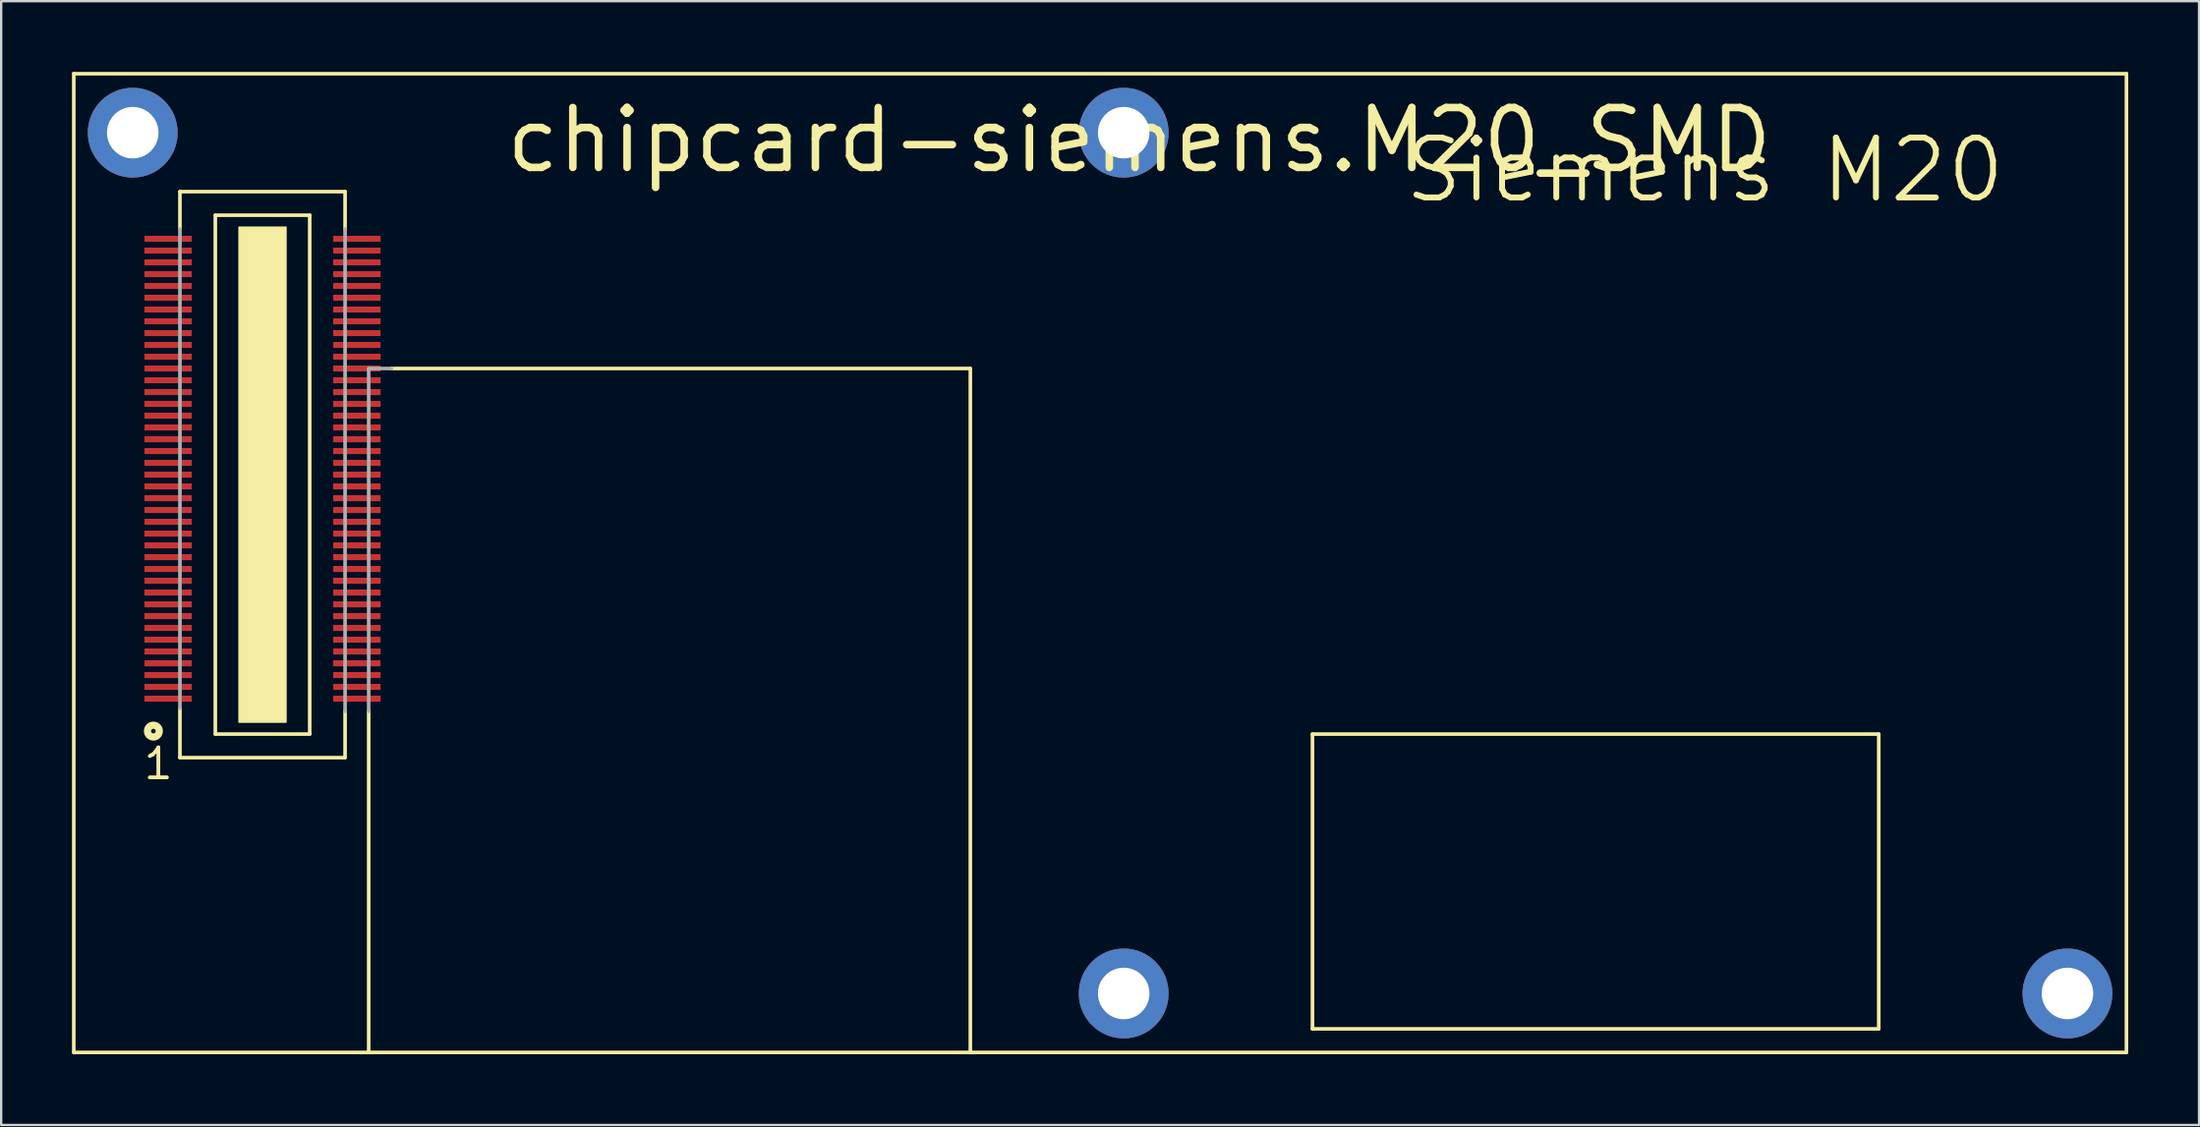
<source format=kicad_pcb>
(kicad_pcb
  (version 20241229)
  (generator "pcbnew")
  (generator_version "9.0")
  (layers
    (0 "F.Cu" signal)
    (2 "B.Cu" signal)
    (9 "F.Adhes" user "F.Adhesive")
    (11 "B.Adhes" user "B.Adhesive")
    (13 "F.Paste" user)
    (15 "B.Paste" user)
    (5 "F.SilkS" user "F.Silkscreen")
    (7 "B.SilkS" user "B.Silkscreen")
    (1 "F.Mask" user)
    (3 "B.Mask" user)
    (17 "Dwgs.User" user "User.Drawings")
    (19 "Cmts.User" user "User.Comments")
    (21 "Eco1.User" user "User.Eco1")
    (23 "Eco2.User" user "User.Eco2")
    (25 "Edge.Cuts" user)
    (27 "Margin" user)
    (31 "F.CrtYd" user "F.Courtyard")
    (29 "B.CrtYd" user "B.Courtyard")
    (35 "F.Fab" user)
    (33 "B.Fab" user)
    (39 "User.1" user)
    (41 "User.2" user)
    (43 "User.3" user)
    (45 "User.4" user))
  (footprint "chipcard-siemens.M20_SMD"
    (layer "F.Cu")
    (at 8.076 17.076)
    (property "Reference" "chipcard-siemens.M20_SMD" (at 10.16 -12.7 0) (layer "F.SilkS") (effects (font (size 2.54 2.54) (thickness 0.32)) (justify left bottom)))
    (attr smd)
    (fp_line (start -8 -17) (end -8 24.5) (stroke (width 0.152) (type default)) (layer "F.SilkS"))
    (fp_line (start -8 24.5) (end 4.5 24.5) (stroke (width 0.152) (type default)) (layer "F.SilkS"))
    (fp_line (start -3.5 -12) (end -3.5 -10.414) (stroke (width 0.152) (type default)) (layer "F.SilkS"))
    (fp_line (start -3.5 9.906) (end -3.5 12) (stroke (width 0.152) (type default)) (layer "F.SilkS"))
    (fp_line (start -3.5 12) (end 3.5 12) (stroke (width 0.152) (type default)) (layer "F.SilkS"))
    (fp_line (start -2 -11) (end 2 -11) (stroke (width 0.152) (type default)) (layer "F.SilkS"))
    (fp_line (start -2 11) (end -2 -11) (stroke (width 0.152) (type default)) (layer "F.SilkS"))
    (fp_line (start 2 -11) (end 2 11) (stroke (width 0.152) (type default)) (layer "F.SilkS"))
    (fp_line (start 2 11) (end -2 11) (stroke (width 0.152) (type default)) (layer "F.SilkS"))
    (fp_line (start 3.5 -12) (end -3.5 -12) (stroke (width 0.152) (type default)) (layer "F.SilkS"))
    (fp_line (start 3.5 -10.414) (end 3.5 -12) (stroke (width 0.152) (type default)) (layer "F.SilkS"))
    (fp_line (start 3.5 12) (end 3.5 10.033) (stroke (width 0.152) (type default)) (layer "F.SilkS"))
    (fp_line (start 4.5 24.5) (end 4.5 10.033) (stroke (width 0.152) (type default)) (layer "F.SilkS"))
    (fp_line (start 4.5 24.5) (end 30 24.5) (stroke (width 0.152) (type default)) (layer "F.SilkS"))
    (fp_line (start 5.461 -4.5) (end 30 -4.5) (stroke (width 0.152) (type default)) (layer "F.SilkS"))
    (fp_line (start 30 -4.5) (end 30 24.5) (stroke (width 0.152) (type default)) (layer "F.SilkS"))
    (fp_line (start 30 24.5) (end 79 24.5) (stroke (width 0.152) (type default)) (layer "F.SilkS"))
    (fp_line (start 44.5 11) (end 68.5 11) (stroke (width 0.152) (type default)) (layer "F.SilkS"))
    (fp_line (start 44.5 23.5) (end 44.5 11) (stroke (width 0.152) (type default)) (layer "F.SilkS"))
    (fp_line (start 68.5 11) (end 68.5 23.5) (stroke (width 0.152) (type default)) (layer "F.SilkS"))
    (fp_line (start 68.5 23.5) (end 44.5 23.5) (stroke (width 0.152) (type default)) (layer "F.SilkS"))
    (fp_line (start 79 -17) (end -8 -17) (stroke (width 0.152) (type default)) (layer "F.SilkS"))
    (fp_line (start 79 24.5) (end 79 -17) (stroke (width 0.152) (type default)) (layer "F.SilkS"))
    (fp_rect (start -1 10.5) (end 1 -10.5) (stroke (width 0.05) (type default)) (fill yes) (layer "F.SilkS"))
    (fp_circle (center -4.625 10.875) (end -4.375 10.875) (stroke (width 0.305) (type default)) (fill no) (layer "F.SilkS"))
    (fp_line (start -3.5 -10.414) (end -3.5 9.906) (stroke (width 0.152) (type default)) (layer "F.Fab"))
    (fp_line (start 3.5 10.033) (end 3.5 -10.414) (stroke (width 0.152) (type default)) (layer "F.Fab"))
    (fp_line (start 4.5 -4.5) (end 5.461 -4.5) (stroke (width 0.152) (type default)) (layer "F.Fab"))
    (fp_line (start 4.5 10.033) (end 4.5 -4.5) (stroke (width 0.152) (type default)) (layer "F.Fab"))
    (fp_text user "1" (at -5.125 13 0) (layer "F.SilkS") (effects (font (size 1.27 1.27) (thickness 0.16)) (justify left bottom)))
    (fp_text user "Siemens M20" (at 48.26 -11.43 0) (layer "F.SilkS") (effects (font (size 2.54 2.54) (thickness 0.25)) (justify left bottom)))
    (pad "1" smd roundrect (at -4 9.5) (size 2.007 0.254) (layers "F.Cu" "F.Mask" "F.Paste") (roundrect_rratio 0.01))
    (pad "2" smd roundrect (at -4 9) (size 2.007 0.254) (layers "F.Cu" "F.Mask" "F.Paste") (roundrect_rratio 0.01))
    (pad "3" smd roundrect (at -4 8.5) (size 2.007 0.254) (layers "F.Cu" "F.Mask" "F.Paste") (roundrect_rratio 0.01))
    (pad "4" smd roundrect (at -4 8) (size 2.007 0.254) (layers "F.Cu" "F.Mask" "F.Paste") (roundrect_rratio 0.01))
    (pad "5" smd roundrect (at -4 7.5) (size 2.007 0.254) (layers "F.Cu" "F.Mask" "F.Paste") (roundrect_rratio 0.01))
    (pad "6" smd roundrect (at -4 7) (size 2.007 0.254) (layers "F.Cu" "F.Mask" "F.Paste") (roundrect_rratio 0.01))
    (pad "7" smd roundrect (at -4 6.5) (size 2.007 0.254) (layers "F.Cu" "F.Mask" "F.Paste") (roundrect_rratio 0.01))
    (pad "8" smd roundrect (at -4 6) (size 2.007 0.254) (layers "F.Cu" "F.Mask" "F.Paste") (roundrect_rratio 0.01))
    (pad "9" smd roundrect (at -4 5.5) (size 2.007 0.254) (layers "F.Cu" "F.Mask" "F.Paste") (roundrect_rratio 0.01))
    (pad "10" smd roundrect (at -4 5) (size 2.007 0.254) (layers "F.Cu" "F.Mask" "F.Paste") (roundrect_rratio 0.01))
    (pad "11" smd roundrect (at -4 4.5) (size 2.007 0.254) (layers "F.Cu" "F.Mask" "F.Paste") (roundrect_rratio 0.01))
    (pad "12" smd roundrect (at -4 4) (size 2.007 0.254) (layers "F.Cu" "F.Mask" "F.Paste") (roundrect_rratio 0.01))
    (pad "13" smd roundrect (at -4 3.5) (size 2.007 0.254) (layers "F.Cu" "F.Mask" "F.Paste") (roundrect_rratio 0.01))
    (pad "14" smd roundrect (at -4 3) (size 2.007 0.254) (layers "F.Cu" "F.Mask" "F.Paste") (roundrect_rratio 0.01))
    (pad "15" smd roundrect (at -4 2.5) (size 2.007 0.254) (layers "F.Cu" "F.Mask" "F.Paste") (roundrect_rratio 0.01))
    (pad "16" smd roundrect (at -4 2) (size 2.007 0.254) (layers "F.Cu" "F.Mask" "F.Paste") (roundrect_rratio 0.01))
    (pad "17" smd roundrect (at -4 1.5) (size 2.007 0.254) (layers "F.Cu" "F.Mask" "F.Paste") (roundrect_rratio 0.01))
    (pad "18" smd roundrect (at -4 1) (size 2.007 0.254) (layers "F.Cu" "F.Mask" "F.Paste") (roundrect_rratio 0.01))
    (pad "19" smd roundrect (at -4 0.5) (size 2.007 0.254) (layers "F.Cu" "F.Mask" "F.Paste") (roundrect_rratio 0.01))
    (pad "20" smd roundrect (at -4 0) (size 2.007 0.254) (layers "F.Cu" "F.Mask" "F.Paste") (roundrect_rratio 0.01))
    (pad "21" smd roundrect (at -4 -0.5) (size 2.007 0.254) (layers "F.Cu" "F.Mask" "F.Paste") (roundrect_rratio 0.01))
    (pad "22" smd roundrect (at -4 -1) (size 2.007 0.254) (layers "F.Cu" "F.Mask" "F.Paste") (roundrect_rratio 0.01))
    (pad "23" smd roundrect (at -4 -1.5) (size 2.007 0.254) (layers "F.Cu" "F.Mask" "F.Paste") (roundrect_rratio 0.01))
    (pad "24" smd roundrect (at -4 -2) (size 2.007 0.254) (layers "F.Cu" "F.Mask" "F.Paste") (roundrect_rratio 0.01))
    (pad "25" smd roundrect (at -4 -2.5) (size 2.007 0.254) (layers "F.Cu" "F.Mask" "F.Paste") (roundrect_rratio 0.01))
    (pad "26" smd roundrect (at -4 -3) (size 2.007 0.254) (layers "F.Cu" "F.Mask" "F.Paste") (roundrect_rratio 0.01))
    (pad "27" smd roundrect (at -4 -3.5) (size 2.007 0.254) (layers "F.Cu" "F.Mask" "F.Paste") (roundrect_rratio 0.01))
    (pad "28" smd roundrect (at -4 -4) (size 2.007 0.254) (layers "F.Cu" "F.Mask" "F.Paste") (roundrect_rratio 0.01))
    (pad "29" smd roundrect (at -4 -4.5) (size 2.007 0.254) (layers "F.Cu" "F.Mask" "F.Paste") (roundrect_rratio 0.01))
    (pad "30" smd roundrect (at -4 -5) (size 2.007 0.254) (layers "F.Cu" "F.Mask" "F.Paste") (roundrect_rratio 0.01))
    (pad "31" smd roundrect (at -4 -5.5) (size 2.007 0.254) (layers "F.Cu" "F.Mask" "F.Paste") (roundrect_rratio 0.01))
    (pad "32" smd roundrect (at -4 -6) (size 2.007 0.254) (layers "F.Cu" "F.Mask" "F.Paste") (roundrect_rratio 0.01))
    (pad "33" smd roundrect (at -4 -6.5) (size 2.007 0.254) (layers "F.Cu" "F.Mask" "F.Paste") (roundrect_rratio 0.01))
    (pad "34" smd roundrect (at -4 -7) (size 2.007 0.254) (layers "F.Cu" "F.Mask" "F.Paste") (roundrect_rratio 0.01))
    (pad "35" smd roundrect (at -4 -7.5) (size 2.007 0.254) (layers "F.Cu" "F.Mask" "F.Paste") (roundrect_rratio 0.01))
    (pad "36" smd roundrect (at -4 -8) (size 2.007 0.254) (layers "F.Cu" "F.Mask" "F.Paste") (roundrect_rratio 0.01))
    (pad "37" smd roundrect (at -4 -8.5) (size 2.007 0.254) (layers "F.Cu" "F.Mask" "F.Paste") (roundrect_rratio 0.01))
    (pad "38" smd roundrect (at -4 -9) (size 2.007 0.254) (layers "F.Cu" "F.Mask" "F.Paste") (roundrect_rratio 0.01))
    (pad "39" smd roundrect (at -4 -9.5) (size 2.007 0.254) (layers "F.Cu" "F.Mask" "F.Paste") (roundrect_rratio 0.01))
    (pad "40" smd roundrect (at -4 -10) (size 2.007 0.254) (layers "F.Cu" "F.Mask" "F.Paste") (roundrect_rratio 0.01))
    (pad "41" smd roundrect (at 4 -10) (size 2.007 0.254) (layers "F.Cu" "F.Mask" "F.Paste") (roundrect_rratio 0.01))
    (pad "42" smd roundrect (at 4 -9.5) (size 2.007 0.254) (layers "F.Cu" "F.Mask" "F.Paste") (roundrect_rratio 0.01))
    (pad "43" smd roundrect (at 4 -9) (size 2.007 0.254) (layers "F.Cu" "F.Mask" "F.Paste") (roundrect_rratio 0.01))
    (pad "44" smd roundrect (at 4 -8.5) (size 2.007 0.254) (layers "F.Cu" "F.Mask" "F.Paste") (roundrect_rratio 0.01))
    (pad "45" smd roundrect (at 4 -8) (size 2.007 0.254) (layers "F.Cu" "F.Mask" "F.Paste") (roundrect_rratio 0.01))
    (pad "46" smd roundrect (at 4 -7.5) (size 2.007 0.254) (layers "F.Cu" "F.Mask" "F.Paste") (roundrect_rratio 0.01))
    (pad "47" smd roundrect (at 4 -7) (size 2.007 0.254) (layers "F.Cu" "F.Mask" "F.Paste") (roundrect_rratio 0.01))
    (pad "48" smd roundrect (at 4 -6.5) (size 2.007 0.254) (layers "F.Cu" "F.Mask" "F.Paste") (roundrect_rratio 0.01))
    (pad "49" smd roundrect (at 4 -6) (size 2.007 0.254) (layers "F.Cu" "F.Mask" "F.Paste") (roundrect_rratio 0.01))
    (pad "50" smd roundrect (at 4 -5.5) (size 2.007 0.254) (layers "F.Cu" "F.Mask" "F.Paste") (roundrect_rratio 0.01))
    (pad "51" smd roundrect (at 4 -5) (size 2.007 0.254) (layers "F.Cu" "F.Mask" "F.Paste") (roundrect_rratio 0.01))
    (pad "52" smd roundrect (at 4 -4.5) (size 2.007 0.254) (layers "F.Cu" "F.Mask" "F.Paste") (roundrect_rratio 0.01))
    (pad "53" smd roundrect (at 4 -4) (size 2.007 0.254) (layers "F.Cu" "F.Mask" "F.Paste") (roundrect_rratio 0.01))
    (pad "54" smd roundrect (at 4 -3.5) (size 2.007 0.254) (layers "F.Cu" "F.Mask" "F.Paste") (roundrect_rratio 0.01))
    (pad "55" smd roundrect (at 4 -3) (size 2.007 0.254) (layers "F.Cu" "F.Mask" "F.Paste") (roundrect_rratio 0.01))
    (pad "56" smd roundrect (at 4 -2.5) (size 2.007 0.254) (layers "F.Cu" "F.Mask" "F.Paste") (roundrect_rratio 0.01))
    (pad "57" smd roundrect (at 4 -2) (size 2.007 0.254) (layers "F.Cu" "F.Mask" "F.Paste") (roundrect_rratio 0.01))
    (pad "58" smd roundrect (at 4 -1.5) (size 2.007 0.254) (layers "F.Cu" "F.Mask" "F.Paste") (roundrect_rratio 0.01))
    (pad "59" smd roundrect (at 4 -1) (size 2.007 0.254) (layers "F.Cu" "F.Mask" "F.Paste") (roundrect_rratio 0.01))
    (pad "60" smd roundrect (at 4 -0.5) (size 2.007 0.254) (layers "F.Cu" "F.Mask" "F.Paste") (roundrect_rratio 0.01))
    (pad "61" smd roundrect (at 4 0) (size 2.007 0.254) (layers "F.Cu" "F.Mask" "F.Paste") (roundrect_rratio 0.01))
    (pad "62" smd roundrect (at 4 0.5) (size 2.007 0.254) (layers "F.Cu" "F.Mask" "F.Paste") (roundrect_rratio 0.01))
    (pad "63" smd roundrect (at 4 1) (size 2.007 0.254) (layers "F.Cu" "F.Mask" "F.Paste") (roundrect_rratio 0.01))
    (pad "64" smd roundrect (at 4 1.5) (size 2.007 0.254) (layers "F.Cu" "F.Mask" "F.Paste") (roundrect_rratio 0.01))
    (pad "65" smd roundrect (at 4 2) (size 2.007 0.254) (layers "F.Cu" "F.Mask" "F.Paste") (roundrect_rratio 0.01))
    (pad "66" smd roundrect (at 4 2.5) (size 2.007 0.254) (layers "F.Cu" "F.Mask" "F.Paste") (roundrect_rratio 0.01))
    (pad "67" smd roundrect (at 4 3) (size 2.007 0.254) (layers "F.Cu" "F.Mask" "F.Paste") (roundrect_rratio 0.01))
    (pad "68" smd roundrect (at 4 3.5) (size 2.007 0.254) (layers "F.Cu" "F.Mask" "F.Paste") (roundrect_rratio 0.01))
    (pad "69" smd roundrect (at 4 4) (size 2.007 0.254) (layers "F.Cu" "F.Mask" "F.Paste") (roundrect_rratio 0.01))
    (pad "70" smd roundrect (at 4 4.5) (size 2.007 0.254) (layers "F.Cu" "F.Mask" "F.Paste") (roundrect_rratio 0.01))
    (pad "71" smd roundrect (at 4 5) (size 2.007 0.254) (layers "F.Cu" "F.Mask" "F.Paste") (roundrect_rratio 0.01))
    (pad "72" smd roundrect (at 4 5.5) (size 2.007 0.254) (layers "F.Cu" "F.Mask" "F.Paste") (roundrect_rratio 0.01))
    (pad "73" smd roundrect (at 4 6) (size 2.007 0.254) (layers "F.Cu" "F.Mask" "F.Paste") (roundrect_rratio 0.01))
    (pad "74" smd roundrect (at 4 6.5) (size 2.007 0.254) (layers "F.Cu" "F.Mask" "F.Paste") (roundrect_rratio 0.01))
    (pad "75" smd roundrect (at 4 7) (size 2.007 0.254) (layers "F.Cu" "F.Mask" "F.Paste") (roundrect_rratio 0.01))
    (pad "76" smd roundrect (at 4 7.5) (size 2.007 0.254) (layers "F.Cu" "F.Mask" "F.Paste") (roundrect_rratio 0.01))
    (pad "77" smd roundrect (at 4 8) (size 2.007 0.254) (layers "F.Cu" "F.Mask" "F.Paste") (roundrect_rratio 0.01))
    (pad "78" smd roundrect (at 4 8.5) (size 2.007 0.254) (layers "F.Cu" "F.Mask" "F.Paste") (roundrect_rratio 0.01))
    (pad "79" smd roundrect (at 4 9) (size 2.007 0.254) (layers "F.Cu" "F.Mask" "F.Paste") (roundrect_rratio 0.01))
    (pad "80" smd roundrect (at 4 9.5) (size 2.007 0.254) (layers "F.Cu" "F.Mask" "F.Paste") (roundrect_rratio 0.01))
    (pad "B1" thru_hole circle (at -5.5 -14.5) (size 3.81 3.81) (drill 2.184) (layers "*.Cu" "*.Mask"))
    (pad "B2" thru_hole circle (at 36.5 -14.5) (size 3.81 3.81) (drill 2.184) (layers "*.Cu" "*.Mask"))
    (pad "B3" thru_hole circle (at 36.5 22) (size 3.81 3.81) (drill 2.184) (layers "*.Cu" "*.Mask"))
    (pad "PB4" thru_hole circle (at 76.5 22) (size 3.81 3.81) (drill 2.184) (layers "*.Cu" "*.Mask")))
  (gr_rect
    (start -3 -3)
    (end 90.153 44.653)
    (stroke (width 0.1) (type default))
    (fill no)
    (layer "Edge.Cuts")))
</source>
